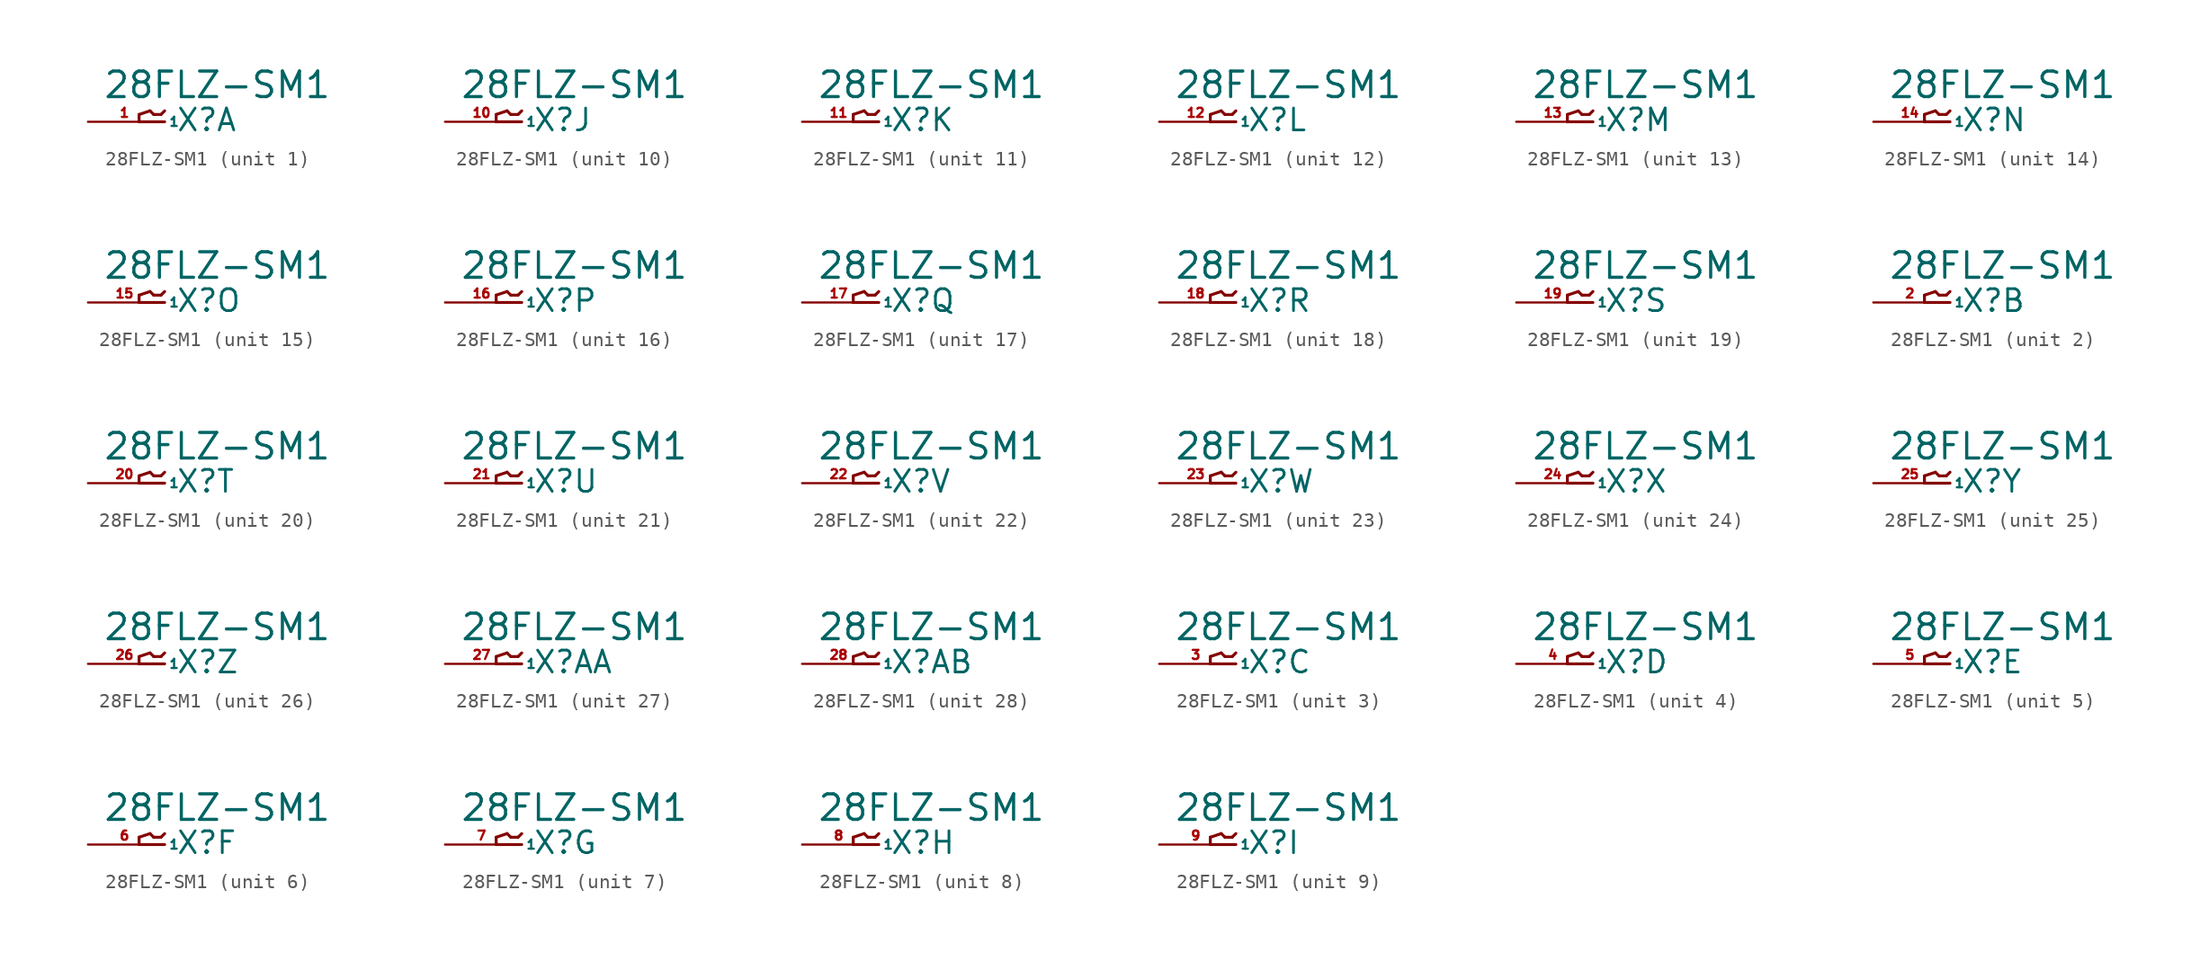
<source format=kicad_sym>
(kicad_symbol_lib
  (version 20220914)
  (generator Eagle2Kicad)
  (symbol "28FLZ-SM1"
    (property "Reference" "X"
      (at 1.016 -0.762 0)
      (effects (font (size 1.524 1.524) (thickness 0.19)) (justify left bottom)))
    (property "Value" "28FLZ-SM1"
      (at -4.064 1.524 0)
      (effects (font (size 1.778 1.778) (thickness 0.22)) (justify left bottom)))
    (symbol "28FLZ-SM1_1_0"
      (polyline (pts (xy 0.254 0) (xy -1.524 0)) (stroke (width 0.203) (type default)) (fill (type none)))
      (polyline (pts (xy -1.524 0) (xy -1.524 0.508)) (stroke (width 0.203) (type default)) (fill (type none)))
      (polyline (pts (xy -1.524 0.508) (xy -0.762 0.762)) (stroke (width 0.203) (type default)) (fill (type none)))
      (polyline (pts (xy -0.762 0.762) (xy -0.508 0.508)) (stroke (width 0.203) (type default)) (fill (type none)))
      (polyline (pts (xy -0.508 0.508) (xy 0 0.508)) (stroke (width 0.203) (type default)) (fill (type none)))
      (polyline (pts (xy 0 0.508) (xy 0.254 0.762)) (stroke (width 0.203) (type default)) (fill (type none)))
      (pin passive line (at -5.08 0 0) (length 5.08) (name "1" (effects (font (size 0.635 0.635) (thickness 0.08)) (justify left bottom))) (number "1" (effects (font (size 0.635 0.635) (thickness 0.08)) (justify left bottom)))))
    (symbol "28FLZ-SM1_2_0"
      (polyline (pts (xy 0.254 0) (xy -1.524 0)) (stroke (width 0.203) (type default)) (fill (type none)))
      (polyline (pts (xy -1.524 0) (xy -1.524 0.508)) (stroke (width 0.203) (type default)) (fill (type none)))
      (polyline (pts (xy -1.524 0.508) (xy -0.762 0.762)) (stroke (width 0.203) (type default)) (fill (type none)))
      (polyline (pts (xy -0.762 0.762) (xy -0.508 0.508)) (stroke (width 0.203) (type default)) (fill (type none)))
      (polyline (pts (xy -0.508 0.508) (xy 0 0.508)) (stroke (width 0.203) (type default)) (fill (type none)))
      (polyline (pts (xy 0 0.508) (xy 0.254 0.762)) (stroke (width 0.203) (type default)) (fill (type none)))
      (pin passive line (at -5.08 0 0) (length 5.08) (name "1" (effects (font (size 0.635 0.635) (thickness 0.08)) (justify left bottom))) (number "2" (effects (font (size 0.635 0.635) (thickness 0.08)) (justify left bottom)))))
    (symbol "28FLZ-SM1_3_0"
      (polyline (pts (xy 0.254 0) (xy -1.524 0)) (stroke (width 0.203) (type default)) (fill (type none)))
      (polyline (pts (xy -1.524 0) (xy -1.524 0.508)) (stroke (width 0.203) (type default)) (fill (type none)))
      (polyline (pts (xy -1.524 0.508) (xy -0.762 0.762)) (stroke (width 0.203) (type default)) (fill (type none)))
      (polyline (pts (xy -0.762 0.762) (xy -0.508 0.508)) (stroke (width 0.203) (type default)) (fill (type none)))
      (polyline (pts (xy -0.508 0.508) (xy 0 0.508)) (stroke (width 0.203) (type default)) (fill (type none)))
      (polyline (pts (xy 0 0.508) (xy 0.254 0.762)) (stroke (width 0.203) (type default)) (fill (type none)))
      (pin passive line (at -5.08 0 0) (length 5.08) (name "1" (effects (font (size 0.635 0.635) (thickness 0.08)) (justify left bottom))) (number "3" (effects (font (size 0.635 0.635) (thickness 0.08)) (justify left bottom)))))
    (symbol "28FLZ-SM1_4_0"
      (polyline (pts (xy 0.254 0) (xy -1.524 0)) (stroke (width 0.203) (type default)) (fill (type none)))
      (polyline (pts (xy -1.524 0) (xy -1.524 0.508)) (stroke (width 0.203) (type default)) (fill (type none)))
      (polyline (pts (xy -1.524 0.508) (xy -0.762 0.762)) (stroke (width 0.203) (type default)) (fill (type none)))
      (polyline (pts (xy -0.762 0.762) (xy -0.508 0.508)) (stroke (width 0.203) (type default)) (fill (type none)))
      (polyline (pts (xy -0.508 0.508) (xy 0 0.508)) (stroke (width 0.203) (type default)) (fill (type none)))
      (polyline (pts (xy 0 0.508) (xy 0.254 0.762)) (stroke (width 0.203) (type default)) (fill (type none)))
      (pin passive line (at -5.08 0 0) (length 5.08) (name "1" (effects (font (size 0.635 0.635) (thickness 0.08)) (justify left bottom))) (number "4" (effects (font (size 0.635 0.635) (thickness 0.08)) (justify left bottom)))))
    (symbol "28FLZ-SM1_5_0"
      (polyline (pts (xy 0.254 0) (xy -1.524 0)) (stroke (width 0.203) (type default)) (fill (type none)))
      (polyline (pts (xy -1.524 0) (xy -1.524 0.508)) (stroke (width 0.203) (type default)) (fill (type none)))
      (polyline (pts (xy -1.524 0.508) (xy -0.762 0.762)) (stroke (width 0.203) (type default)) (fill (type none)))
      (polyline (pts (xy -0.762 0.762) (xy -0.508 0.508)) (stroke (width 0.203) (type default)) (fill (type none)))
      (polyline (pts (xy -0.508 0.508) (xy 0 0.508)) (stroke (width 0.203) (type default)) (fill (type none)))
      (polyline (pts (xy 0 0.508) (xy 0.254 0.762)) (stroke (width 0.203) (type default)) (fill (type none)))
      (pin passive line (at -5.08 0 0) (length 5.08) (name "1" (effects (font (size 0.635 0.635) (thickness 0.08)) (justify left bottom))) (number "5" (effects (font (size 0.635 0.635) (thickness 0.08)) (justify left bottom)))))
    (symbol "28FLZ-SM1_6_0"
      (polyline (pts (xy 0.254 0) (xy -1.524 0)) (stroke (width 0.203) (type default)) (fill (type none)))
      (polyline (pts (xy -1.524 0) (xy -1.524 0.508)) (stroke (width 0.203) (type default)) (fill (type none)))
      (polyline (pts (xy -1.524 0.508) (xy -0.762 0.762)) (stroke (width 0.203) (type default)) (fill (type none)))
      (polyline (pts (xy -0.762 0.762) (xy -0.508 0.508)) (stroke (width 0.203) (type default)) (fill (type none)))
      (polyline (pts (xy -0.508 0.508) (xy 0 0.508)) (stroke (width 0.203) (type default)) (fill (type none)))
      (polyline (pts (xy 0 0.508) (xy 0.254 0.762)) (stroke (width 0.203) (type default)) (fill (type none)))
      (pin passive line (at -5.08 0 0) (length 5.08) (name "1" (effects (font (size 0.635 0.635) (thickness 0.08)) (justify left bottom))) (number "6" (effects (font (size 0.635 0.635) (thickness 0.08)) (justify left bottom)))))
    (symbol "28FLZ-SM1_7_0"
      (polyline (pts (xy 0.254 0) (xy -1.524 0)) (stroke (width 0.203) (type default)) (fill (type none)))
      (polyline (pts (xy -1.524 0) (xy -1.524 0.508)) (stroke (width 0.203) (type default)) (fill (type none)))
      (polyline (pts (xy -1.524 0.508) (xy -0.762 0.762)) (stroke (width 0.203) (type default)) (fill (type none)))
      (polyline (pts (xy -0.762 0.762) (xy -0.508 0.508)) (stroke (width 0.203) (type default)) (fill (type none)))
      (polyline (pts (xy -0.508 0.508) (xy 0 0.508)) (stroke (width 0.203) (type default)) (fill (type none)))
      (polyline (pts (xy 0 0.508) (xy 0.254 0.762)) (stroke (width 0.203) (type default)) (fill (type none)))
      (pin passive line (at -5.08 0 0) (length 5.08) (name "1" (effects (font (size 0.635 0.635) (thickness 0.08)) (justify left bottom))) (number "7" (effects (font (size 0.635 0.635) (thickness 0.08)) (justify left bottom)))))
    (symbol "28FLZ-SM1_8_0"
      (polyline (pts (xy 0.254 0) (xy -1.524 0)) (stroke (width 0.203) (type default)) (fill (type none)))
      (polyline (pts (xy -1.524 0) (xy -1.524 0.508)) (stroke (width 0.203) (type default)) (fill (type none)))
      (polyline (pts (xy -1.524 0.508) (xy -0.762 0.762)) (stroke (width 0.203) (type default)) (fill (type none)))
      (polyline (pts (xy -0.762 0.762) (xy -0.508 0.508)) (stroke (width 0.203) (type default)) (fill (type none)))
      (polyline (pts (xy -0.508 0.508) (xy 0 0.508)) (stroke (width 0.203) (type default)) (fill (type none)))
      (polyline (pts (xy 0 0.508) (xy 0.254 0.762)) (stroke (width 0.203) (type default)) (fill (type none)))
      (pin passive line (at -5.08 0 0) (length 5.08) (name "1" (effects (font (size 0.635 0.635) (thickness 0.08)) (justify left bottom))) (number "8" (effects (font (size 0.635 0.635) (thickness 0.08)) (justify left bottom)))))
    (symbol "28FLZ-SM1_9_0"
      (polyline (pts (xy 0.254 0) (xy -1.524 0)) (stroke (width 0.203) (type default)) (fill (type none)))
      (polyline (pts (xy -1.524 0) (xy -1.524 0.508)) (stroke (width 0.203) (type default)) (fill (type none)))
      (polyline (pts (xy -1.524 0.508) (xy -0.762 0.762)) (stroke (width 0.203) (type default)) (fill (type none)))
      (polyline (pts (xy -0.762 0.762) (xy -0.508 0.508)) (stroke (width 0.203) (type default)) (fill (type none)))
      (polyline (pts (xy -0.508 0.508) (xy 0 0.508)) (stroke (width 0.203) (type default)) (fill (type none)))
      (polyline (pts (xy 0 0.508) (xy 0.254 0.762)) (stroke (width 0.203) (type default)) (fill (type none)))
      (pin passive line (at -5.08 0 0) (length 5.08) (name "1" (effects (font (size 0.635 0.635) (thickness 0.08)) (justify left bottom))) (number "9" (effects (font (size 0.635 0.635) (thickness 0.08)) (justify left bottom)))))
    (symbol "28FLZ-SM1_10_0"
      (polyline (pts (xy 0.254 0) (xy -1.524 0)) (stroke (width 0.203) (type default)) (fill (type none)))
      (polyline (pts (xy -1.524 0) (xy -1.524 0.508)) (stroke (width 0.203) (type default)) (fill (type none)))
      (polyline (pts (xy -1.524 0.508) (xy -0.762 0.762)) (stroke (width 0.203) (type default)) (fill (type none)))
      (polyline (pts (xy -0.762 0.762) (xy -0.508 0.508)) (stroke (width 0.203) (type default)) (fill (type none)))
      (polyline (pts (xy -0.508 0.508) (xy 0 0.508)) (stroke (width 0.203) (type default)) (fill (type none)))
      (polyline (pts (xy 0 0.508) (xy 0.254 0.762)) (stroke (width 0.203) (type default)) (fill (type none)))
      (pin passive line (at -5.08 0 0) (length 5.08) (name "1" (effects (font (size 0.635 0.635) (thickness 0.08)) (justify left bottom))) (number "10" (effects (font (size 0.635 0.635) (thickness 0.08)) (justify left bottom)))))
    (symbol "28FLZ-SM1_11_0"
      (polyline (pts (xy 0.254 0) (xy -1.524 0)) (stroke (width 0.203) (type default)) (fill (type none)))
      (polyline (pts (xy -1.524 0) (xy -1.524 0.508)) (stroke (width 0.203) (type default)) (fill (type none)))
      (polyline (pts (xy -1.524 0.508) (xy -0.762 0.762)) (stroke (width 0.203) (type default)) (fill (type none)))
      (polyline (pts (xy -0.762 0.762) (xy -0.508 0.508)) (stroke (width 0.203) (type default)) (fill (type none)))
      (polyline (pts (xy -0.508 0.508) (xy 0 0.508)) (stroke (width 0.203) (type default)) (fill (type none)))
      (polyline (pts (xy 0 0.508) (xy 0.254 0.762)) (stroke (width 0.203) (type default)) (fill (type none)))
      (pin passive line (at -5.08 0 0) (length 5.08) (name "1" (effects (font (size 0.635 0.635) (thickness 0.08)) (justify left bottom))) (number "11" (effects (font (size 0.635 0.635) (thickness 0.08)) (justify left bottom)))))
    (symbol "28FLZ-SM1_12_0"
      (polyline (pts (xy 0.254 0) (xy -1.524 0)) (stroke (width 0.203) (type default)) (fill (type none)))
      (polyline (pts (xy -1.524 0) (xy -1.524 0.508)) (stroke (width 0.203) (type default)) (fill (type none)))
      (polyline (pts (xy -1.524 0.508) (xy -0.762 0.762)) (stroke (width 0.203) (type default)) (fill (type none)))
      (polyline (pts (xy -0.762 0.762) (xy -0.508 0.508)) (stroke (width 0.203) (type default)) (fill (type none)))
      (polyline (pts (xy -0.508 0.508) (xy 0 0.508)) (stroke (width 0.203) (type default)) (fill (type none)))
      (polyline (pts (xy 0 0.508) (xy 0.254 0.762)) (stroke (width 0.203) (type default)) (fill (type none)))
      (pin passive line (at -5.08 0 0) (length 5.08) (name "1" (effects (font (size 0.635 0.635) (thickness 0.08)) (justify left bottom))) (number "12" (effects (font (size 0.635 0.635) (thickness 0.08)) (justify left bottom)))))
    (symbol "28FLZ-SM1_13_0"
      (polyline (pts (xy 0.254 0) (xy -1.524 0)) (stroke (width 0.203) (type default)) (fill (type none)))
      (polyline (pts (xy -1.524 0) (xy -1.524 0.508)) (stroke (width 0.203) (type default)) (fill (type none)))
      (polyline (pts (xy -1.524 0.508) (xy -0.762 0.762)) (stroke (width 0.203) (type default)) (fill (type none)))
      (polyline (pts (xy -0.762 0.762) (xy -0.508 0.508)) (stroke (width 0.203) (type default)) (fill (type none)))
      (polyline (pts (xy -0.508 0.508) (xy 0 0.508)) (stroke (width 0.203) (type default)) (fill (type none)))
      (polyline (pts (xy 0 0.508) (xy 0.254 0.762)) (stroke (width 0.203) (type default)) (fill (type none)))
      (pin passive line (at -5.08 0 0) (length 5.08) (name "1" (effects (font (size 0.635 0.635) (thickness 0.08)) (justify left bottom))) (number "13" (effects (font (size 0.635 0.635) (thickness 0.08)) (justify left bottom)))))
    (symbol "28FLZ-SM1_14_0"
      (polyline (pts (xy 0.254 0) (xy -1.524 0)) (stroke (width 0.203) (type default)) (fill (type none)))
      (polyline (pts (xy -1.524 0) (xy -1.524 0.508)) (stroke (width 0.203) (type default)) (fill (type none)))
      (polyline (pts (xy -1.524 0.508) (xy -0.762 0.762)) (stroke (width 0.203) (type default)) (fill (type none)))
      (polyline (pts (xy -0.762 0.762) (xy -0.508 0.508)) (stroke (width 0.203) (type default)) (fill (type none)))
      (polyline (pts (xy -0.508 0.508) (xy 0 0.508)) (stroke (width 0.203) (type default)) (fill (type none)))
      (polyline (pts (xy 0 0.508) (xy 0.254 0.762)) (stroke (width 0.203) (type default)) (fill (type none)))
      (pin passive line (at -5.08 0 0) (length 5.08) (name "1" (effects (font (size 0.635 0.635) (thickness 0.08)) (justify left bottom))) (number "14" (effects (font (size 0.635 0.635) (thickness 0.08)) (justify left bottom)))))
    (symbol "28FLZ-SM1_15_0"
      (polyline (pts (xy 0.254 0) (xy -1.524 0)) (stroke (width 0.203) (type default)) (fill (type none)))
      (polyline (pts (xy -1.524 0) (xy -1.524 0.508)) (stroke (width 0.203) (type default)) (fill (type none)))
      (polyline (pts (xy -1.524 0.508) (xy -0.762 0.762)) (stroke (width 0.203) (type default)) (fill (type none)))
      (polyline (pts (xy -0.762 0.762) (xy -0.508 0.508)) (stroke (width 0.203) (type default)) (fill (type none)))
      (polyline (pts (xy -0.508 0.508) (xy 0 0.508)) (stroke (width 0.203) (type default)) (fill (type none)))
      (polyline (pts (xy 0 0.508) (xy 0.254 0.762)) (stroke (width 0.203) (type default)) (fill (type none)))
      (pin passive line (at -5.08 0 0) (length 5.08) (name "1" (effects (font (size 0.635 0.635) (thickness 0.08)) (justify left bottom))) (number "15" (effects (font (size 0.635 0.635) (thickness 0.08)) (justify left bottom)))))
    (symbol "28FLZ-SM1_16_0"
      (polyline (pts (xy 0.254 0) (xy -1.524 0)) (stroke (width 0.203) (type default)) (fill (type none)))
      (polyline (pts (xy -1.524 0) (xy -1.524 0.508)) (stroke (width 0.203) (type default)) (fill (type none)))
      (polyline (pts (xy -1.524 0.508) (xy -0.762 0.762)) (stroke (width 0.203) (type default)) (fill (type none)))
      (polyline (pts (xy -0.762 0.762) (xy -0.508 0.508)) (stroke (width 0.203) (type default)) (fill (type none)))
      (polyline (pts (xy -0.508 0.508) (xy 0 0.508)) (stroke (width 0.203) (type default)) (fill (type none)))
      (polyline (pts (xy 0 0.508) (xy 0.254 0.762)) (stroke (width 0.203) (type default)) (fill (type none)))
      (pin passive line (at -5.08 0 0) (length 5.08) (name "1" (effects (font (size 0.635 0.635) (thickness 0.08)) (justify left bottom))) (number "16" (effects (font (size 0.635 0.635) (thickness 0.08)) (justify left bottom)))))
    (symbol "28FLZ-SM1_17_0"
      (polyline (pts (xy 0.254 0) (xy -1.524 0)) (stroke (width 0.203) (type default)) (fill (type none)))
      (polyline (pts (xy -1.524 0) (xy -1.524 0.508)) (stroke (width 0.203) (type default)) (fill (type none)))
      (polyline (pts (xy -1.524 0.508) (xy -0.762 0.762)) (stroke (width 0.203) (type default)) (fill (type none)))
      (polyline (pts (xy -0.762 0.762) (xy -0.508 0.508)) (stroke (width 0.203) (type default)) (fill (type none)))
      (polyline (pts (xy -0.508 0.508) (xy 0 0.508)) (stroke (width 0.203) (type default)) (fill (type none)))
      (polyline (pts (xy 0 0.508) (xy 0.254 0.762)) (stroke (width 0.203) (type default)) (fill (type none)))
      (pin passive line (at -5.08 0 0) (length 5.08) (name "1" (effects (font (size 0.635 0.635) (thickness 0.08)) (justify left bottom))) (number "17" (effects (font (size 0.635 0.635) (thickness 0.08)) (justify left bottom)))))
    (symbol "28FLZ-SM1_18_0"
      (polyline (pts (xy 0.254 0) (xy -1.524 0)) (stroke (width 0.203) (type default)) (fill (type none)))
      (polyline (pts (xy -1.524 0) (xy -1.524 0.508)) (stroke (width 0.203) (type default)) (fill (type none)))
      (polyline (pts (xy -1.524 0.508) (xy -0.762 0.762)) (stroke (width 0.203) (type default)) (fill (type none)))
      (polyline (pts (xy -0.762 0.762) (xy -0.508 0.508)) (stroke (width 0.203) (type default)) (fill (type none)))
      (polyline (pts (xy -0.508 0.508) (xy 0 0.508)) (stroke (width 0.203) (type default)) (fill (type none)))
      (polyline (pts (xy 0 0.508) (xy 0.254 0.762)) (stroke (width 0.203) (type default)) (fill (type none)))
      (pin passive line (at -5.08 0 0) (length 5.08) (name "1" (effects (font (size 0.635 0.635) (thickness 0.08)) (justify left bottom))) (number "18" (effects (font (size 0.635 0.635) (thickness 0.08)) (justify left bottom)))))
    (symbol "28FLZ-SM1_19_0"
      (polyline (pts (xy 0.254 0) (xy -1.524 0)) (stroke (width 0.203) (type default)) (fill (type none)))
      (polyline (pts (xy -1.524 0) (xy -1.524 0.508)) (stroke (width 0.203) (type default)) (fill (type none)))
      (polyline (pts (xy -1.524 0.508) (xy -0.762 0.762)) (stroke (width 0.203) (type default)) (fill (type none)))
      (polyline (pts (xy -0.762 0.762) (xy -0.508 0.508)) (stroke (width 0.203) (type default)) (fill (type none)))
      (polyline (pts (xy -0.508 0.508) (xy 0 0.508)) (stroke (width 0.203) (type default)) (fill (type none)))
      (polyline (pts (xy 0 0.508) (xy 0.254 0.762)) (stroke (width 0.203) (type default)) (fill (type none)))
      (pin passive line (at -5.08 0 0) (length 5.08) (name "1" (effects (font (size 0.635 0.635) (thickness 0.08)) (justify left bottom))) (number "19" (effects (font (size 0.635 0.635) (thickness 0.08)) (justify left bottom)))))
    (symbol "28FLZ-SM1_20_0"
      (polyline (pts (xy 0.254 0) (xy -1.524 0)) (stroke (width 0.203) (type default)) (fill (type none)))
      (polyline (pts (xy -1.524 0) (xy -1.524 0.508)) (stroke (width 0.203) (type default)) (fill (type none)))
      (polyline (pts (xy -1.524 0.508) (xy -0.762 0.762)) (stroke (width 0.203) (type default)) (fill (type none)))
      (polyline (pts (xy -0.762 0.762) (xy -0.508 0.508)) (stroke (width 0.203) (type default)) (fill (type none)))
      (polyline (pts (xy -0.508 0.508) (xy 0 0.508)) (stroke (width 0.203) (type default)) (fill (type none)))
      (polyline (pts (xy 0 0.508) (xy 0.254 0.762)) (stroke (width 0.203) (type default)) (fill (type none)))
      (pin passive line (at -5.08 0 0) (length 5.08) (name "1" (effects (font (size 0.635 0.635) (thickness 0.08)) (justify left bottom))) (number "20" (effects (font (size 0.635 0.635) (thickness 0.08)) (justify left bottom)))))
    (symbol "28FLZ-SM1_21_0"
      (polyline (pts (xy 0.254 0) (xy -1.524 0)) (stroke (width 0.203) (type default)) (fill (type none)))
      (polyline (pts (xy -1.524 0) (xy -1.524 0.508)) (stroke (width 0.203) (type default)) (fill (type none)))
      (polyline (pts (xy -1.524 0.508) (xy -0.762 0.762)) (stroke (width 0.203) (type default)) (fill (type none)))
      (polyline (pts (xy -0.762 0.762) (xy -0.508 0.508)) (stroke (width 0.203) (type default)) (fill (type none)))
      (polyline (pts (xy -0.508 0.508) (xy 0 0.508)) (stroke (width 0.203) (type default)) (fill (type none)))
      (polyline (pts (xy 0 0.508) (xy 0.254 0.762)) (stroke (width 0.203) (type default)) (fill (type none)))
      (pin passive line (at -5.08 0 0) (length 5.08) (name "1" (effects (font (size 0.635 0.635) (thickness 0.08)) (justify left bottom))) (number "21" (effects (font (size 0.635 0.635) (thickness 0.08)) (justify left bottom)))))
    (symbol "28FLZ-SM1_22_0"
      (polyline (pts (xy 0.254 0) (xy -1.524 0)) (stroke (width 0.203) (type default)) (fill (type none)))
      (polyline (pts (xy -1.524 0) (xy -1.524 0.508)) (stroke (width 0.203) (type default)) (fill (type none)))
      (polyline (pts (xy -1.524 0.508) (xy -0.762 0.762)) (stroke (width 0.203) (type default)) (fill (type none)))
      (polyline (pts (xy -0.762 0.762) (xy -0.508 0.508)) (stroke (width 0.203) (type default)) (fill (type none)))
      (polyline (pts (xy -0.508 0.508) (xy 0 0.508)) (stroke (width 0.203) (type default)) (fill (type none)))
      (polyline (pts (xy 0 0.508) (xy 0.254 0.762)) (stroke (width 0.203) (type default)) (fill (type none)))
      (pin passive line (at -5.08 0 0) (length 5.08) (name "1" (effects (font (size 0.635 0.635) (thickness 0.08)) (justify left bottom))) (number "22" (effects (font (size 0.635 0.635) (thickness 0.08)) (justify left bottom)))))
    (symbol "28FLZ-SM1_23_0"
      (polyline (pts (xy 0.254 0) (xy -1.524 0)) (stroke (width 0.203) (type default)) (fill (type none)))
      (polyline (pts (xy -1.524 0) (xy -1.524 0.508)) (stroke (width 0.203) (type default)) (fill (type none)))
      (polyline (pts (xy -1.524 0.508) (xy -0.762 0.762)) (stroke (width 0.203) (type default)) (fill (type none)))
      (polyline (pts (xy -0.762 0.762) (xy -0.508 0.508)) (stroke (width 0.203) (type default)) (fill (type none)))
      (polyline (pts (xy -0.508 0.508) (xy 0 0.508)) (stroke (width 0.203) (type default)) (fill (type none)))
      (polyline (pts (xy 0 0.508) (xy 0.254 0.762)) (stroke (width 0.203) (type default)) (fill (type none)))
      (pin passive line (at -5.08 0 0) (length 5.08) (name "1" (effects (font (size 0.635 0.635) (thickness 0.08)) (justify left bottom))) (number "23" (effects (font (size 0.635 0.635) (thickness 0.08)) (justify left bottom)))))
    (symbol "28FLZ-SM1_24_0"
      (polyline (pts (xy 0.254 0) (xy -1.524 0)) (stroke (width 0.203) (type default)) (fill (type none)))
      (polyline (pts (xy -1.524 0) (xy -1.524 0.508)) (stroke (width 0.203) (type default)) (fill (type none)))
      (polyline (pts (xy -1.524 0.508) (xy -0.762 0.762)) (stroke (width 0.203) (type default)) (fill (type none)))
      (polyline (pts (xy -0.762 0.762) (xy -0.508 0.508)) (stroke (width 0.203) (type default)) (fill (type none)))
      (polyline (pts (xy -0.508 0.508) (xy 0 0.508)) (stroke (width 0.203) (type default)) (fill (type none)))
      (polyline (pts (xy 0 0.508) (xy 0.254 0.762)) (stroke (width 0.203) (type default)) (fill (type none)))
      (pin passive line (at -5.08 0 0) (length 5.08) (name "1" (effects (font (size 0.635 0.635) (thickness 0.08)) (justify left bottom))) (number "24" (effects (font (size 0.635 0.635) (thickness 0.08)) (justify left bottom)))))
    (symbol "28FLZ-SM1_25_0"
      (polyline (pts (xy 0.254 0) (xy -1.524 0)) (stroke (width 0.203) (type default)) (fill (type none)))
      (polyline (pts (xy -1.524 0) (xy -1.524 0.508)) (stroke (width 0.203) (type default)) (fill (type none)))
      (polyline (pts (xy -1.524 0.508) (xy -0.762 0.762)) (stroke (width 0.203) (type default)) (fill (type none)))
      (polyline (pts (xy -0.762 0.762) (xy -0.508 0.508)) (stroke (width 0.203) (type default)) (fill (type none)))
      (polyline (pts (xy -0.508 0.508) (xy 0 0.508)) (stroke (width 0.203) (type default)) (fill (type none)))
      (polyline (pts (xy 0 0.508) (xy 0.254 0.762)) (stroke (width 0.203) (type default)) (fill (type none)))
      (pin passive line (at -5.08 0 0) (length 5.08) (name "1" (effects (font (size 0.635 0.635) (thickness 0.08)) (justify left bottom))) (number "25" (effects (font (size 0.635 0.635) (thickness 0.08)) (justify left bottom)))))
    (symbol "28FLZ-SM1_26_0"
      (polyline (pts (xy 0.254 0) (xy -1.524 0)) (stroke (width 0.203) (type default)) (fill (type none)))
      (polyline (pts (xy -1.524 0) (xy -1.524 0.508)) (stroke (width 0.203) (type default)) (fill (type none)))
      (polyline (pts (xy -1.524 0.508) (xy -0.762 0.762)) (stroke (width 0.203) (type default)) (fill (type none)))
      (polyline (pts (xy -0.762 0.762) (xy -0.508 0.508)) (stroke (width 0.203) (type default)) (fill (type none)))
      (polyline (pts (xy -0.508 0.508) (xy 0 0.508)) (stroke (width 0.203) (type default)) (fill (type none)))
      (polyline (pts (xy 0 0.508) (xy 0.254 0.762)) (stroke (width 0.203) (type default)) (fill (type none)))
      (pin passive line (at -5.08 0 0) (length 5.08) (name "1" (effects (font (size 0.635 0.635) (thickness 0.08)) (justify left bottom))) (number "26" (effects (font (size 0.635 0.635) (thickness 0.08)) (justify left bottom)))))
    (symbol "28FLZ-SM1_27_0"
      (polyline (pts (xy 0.254 0) (xy -1.524 0)) (stroke (width 0.203) (type default)) (fill (type none)))
      (polyline (pts (xy -1.524 0) (xy -1.524 0.508)) (stroke (width 0.203) (type default)) (fill (type none)))
      (polyline (pts (xy -1.524 0.508) (xy -0.762 0.762)) (stroke (width 0.203) (type default)) (fill (type none)))
      (polyline (pts (xy -0.762 0.762) (xy -0.508 0.508)) (stroke (width 0.203) (type default)) (fill (type none)))
      (polyline (pts (xy -0.508 0.508) (xy 0 0.508)) (stroke (width 0.203) (type default)) (fill (type none)))
      (polyline (pts (xy 0 0.508) (xy 0.254 0.762)) (stroke (width 0.203) (type default)) (fill (type none)))
      (pin passive line (at -5.08 0 0) (length 5.08) (name "1" (effects (font (size 0.635 0.635) (thickness 0.08)) (justify left bottom))) (number "27" (effects (font (size 0.635 0.635) (thickness 0.08)) (justify left bottom)))))
    (symbol "28FLZ-SM1_28_0"
      (polyline (pts (xy 0.254 0) (xy -1.524 0)) (stroke (width 0.203) (type default)) (fill (type none)))
      (polyline (pts (xy -1.524 0) (xy -1.524 0.508)) (stroke (width 0.203) (type default)) (fill (type none)))
      (polyline (pts (xy -1.524 0.508) (xy -0.762 0.762)) (stroke (width 0.203) (type default)) (fill (type none)))
      (polyline (pts (xy -0.762 0.762) (xy -0.508 0.508)) (stroke (width 0.203) (type default)) (fill (type none)))
      (polyline (pts (xy -0.508 0.508) (xy 0 0.508)) (stroke (width 0.203) (type default)) (fill (type none)))
      (polyline (pts (xy 0 0.508) (xy 0.254 0.762)) (stroke (width 0.203) (type default)) (fill (type none)))
      (pin passive line (at -5.08 0 0) (length 5.08) (name "1" (effects (font (size 0.635 0.635) (thickness 0.08)) (justify left bottom))) (number "28" (effects (font (size 0.635 0.635) (thickness 0.08)) (justify left bottom)))))))
</source>
